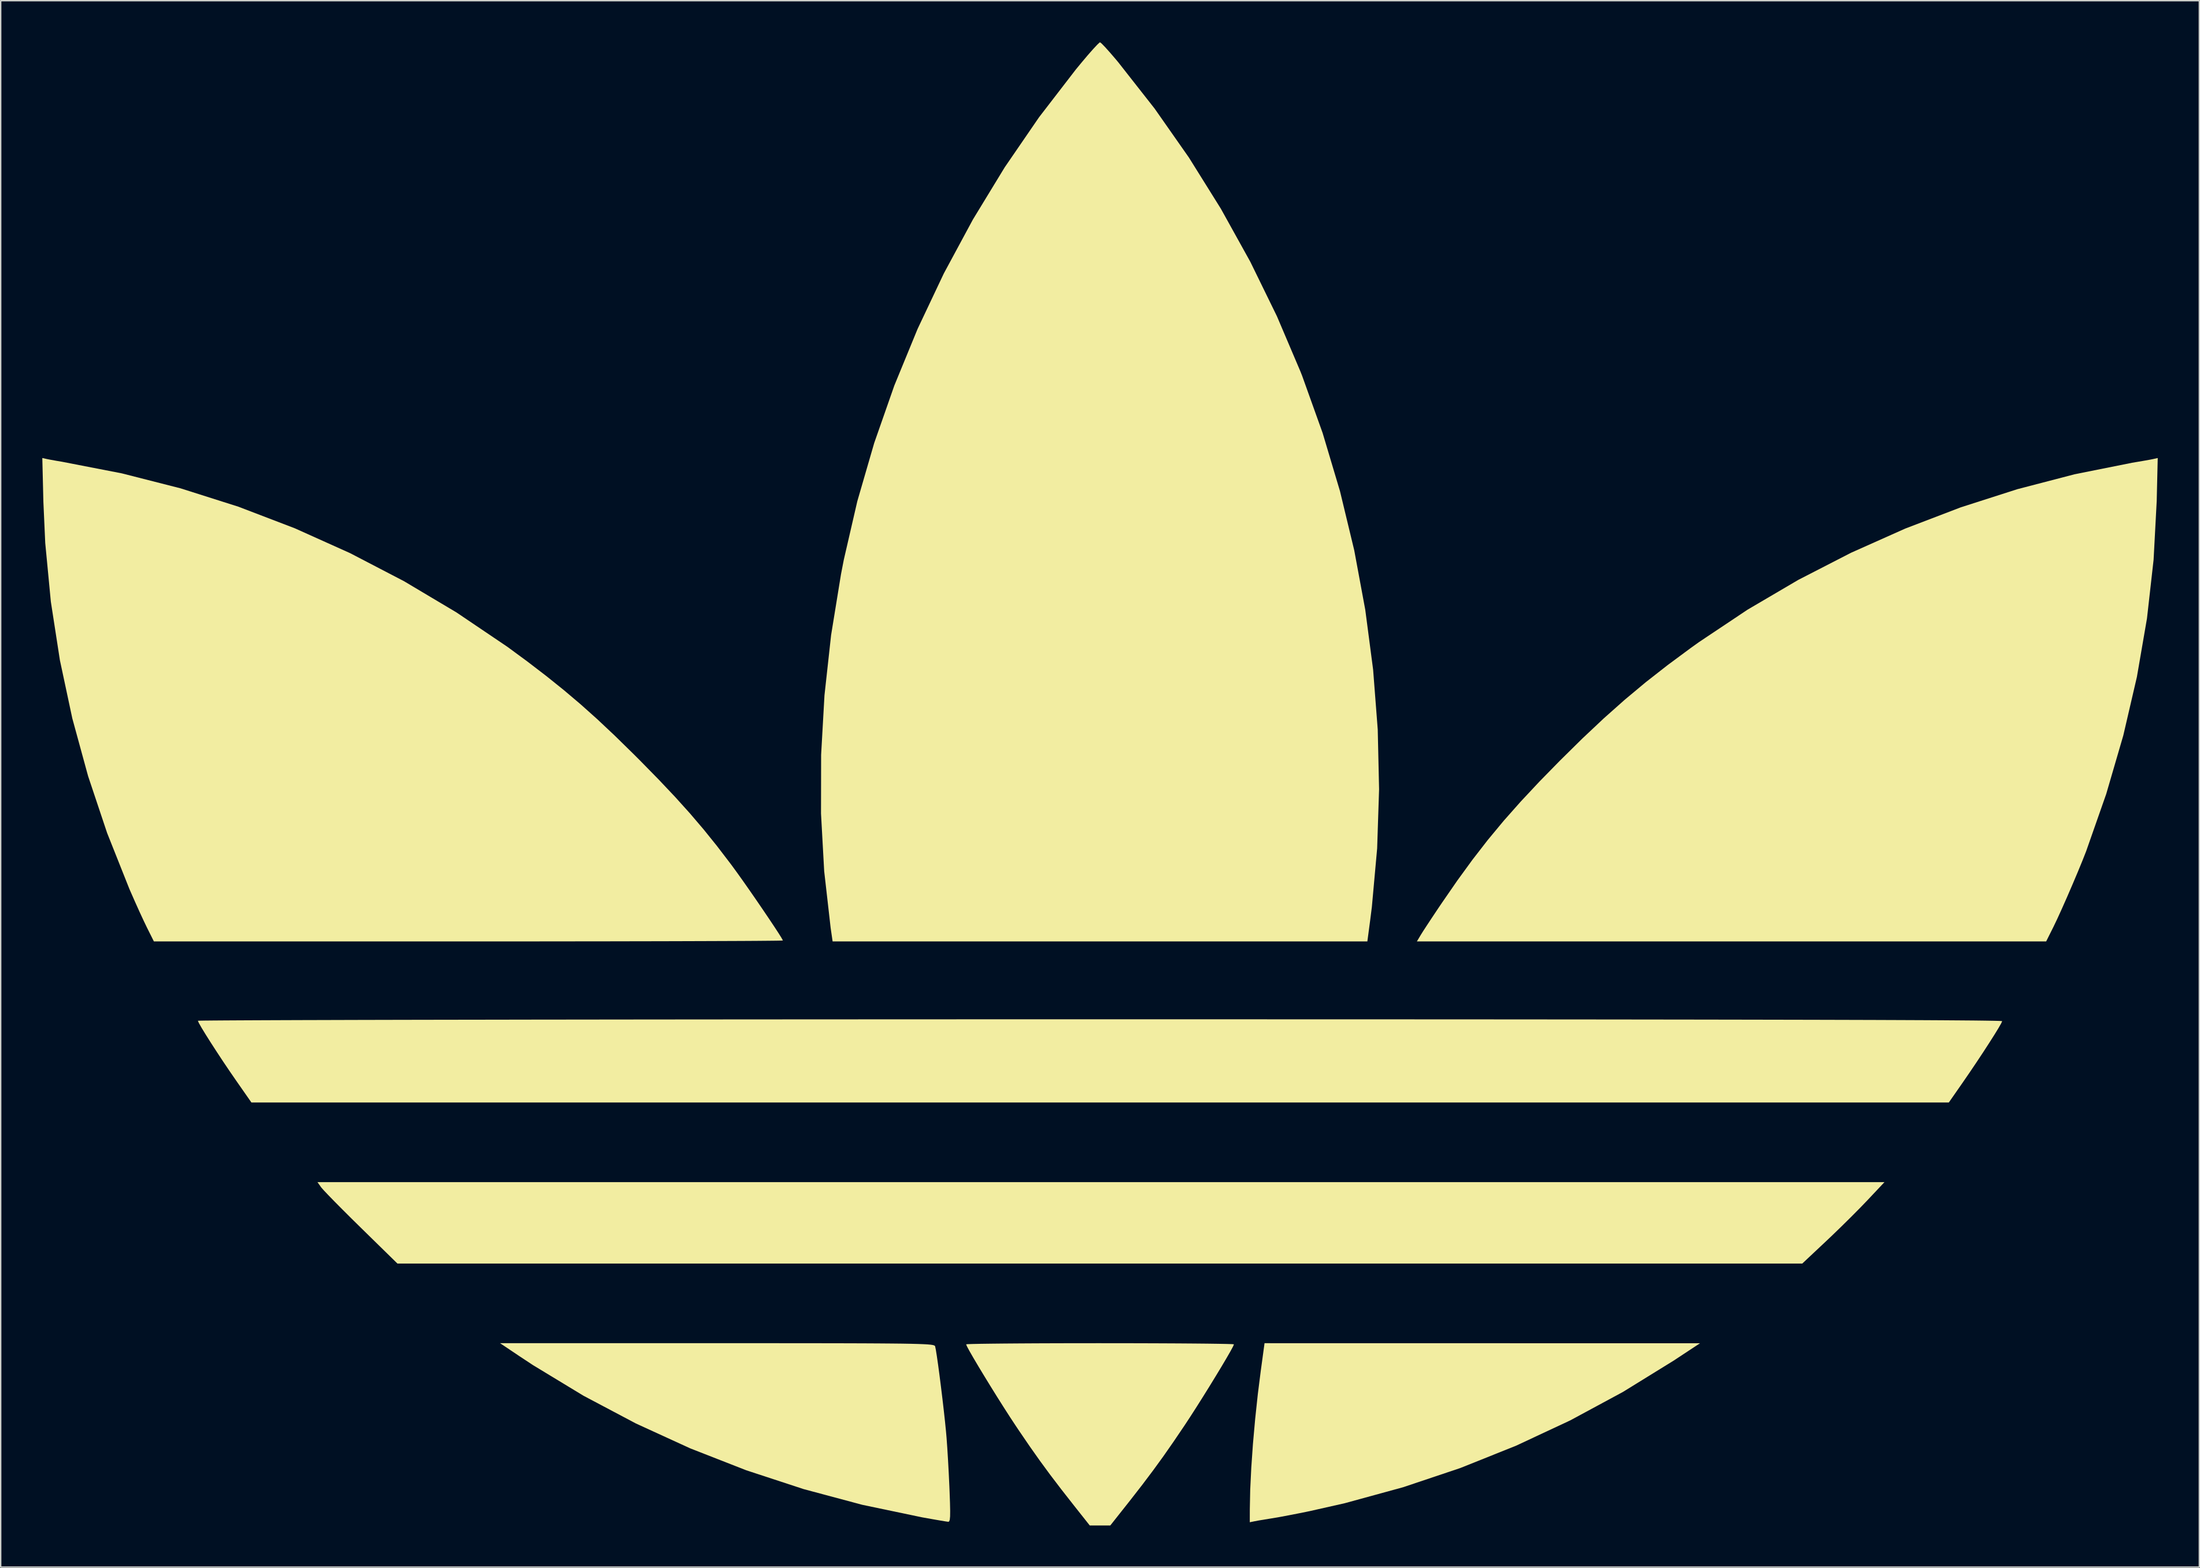
<source format=kicad_pcb>
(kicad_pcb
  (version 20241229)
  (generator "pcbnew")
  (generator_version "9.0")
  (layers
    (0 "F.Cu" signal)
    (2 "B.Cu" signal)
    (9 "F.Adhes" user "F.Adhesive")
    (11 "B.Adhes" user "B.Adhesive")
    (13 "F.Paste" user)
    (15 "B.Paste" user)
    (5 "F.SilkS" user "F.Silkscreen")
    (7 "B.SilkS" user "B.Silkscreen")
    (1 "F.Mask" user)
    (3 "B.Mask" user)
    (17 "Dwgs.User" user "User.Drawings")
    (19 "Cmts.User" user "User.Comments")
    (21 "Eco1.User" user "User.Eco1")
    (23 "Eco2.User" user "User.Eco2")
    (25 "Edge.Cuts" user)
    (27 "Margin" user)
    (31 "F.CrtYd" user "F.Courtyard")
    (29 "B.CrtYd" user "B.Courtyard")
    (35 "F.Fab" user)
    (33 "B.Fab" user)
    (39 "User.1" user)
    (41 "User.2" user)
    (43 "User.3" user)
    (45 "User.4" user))
  (footprint "Adidas_Logo"
    (layer "F.Cu")
    (at 76.238 53.48)
    (property "Reference" "Adidas_Logo" (at 0 0 0) (layer "F.SilkS") (effects (font (size 1.524 1.524) (thickness 0.3))))
    (attr board_only exclude_from_pos_files exclude_from_bom)
    (fp_poly (pts (xy 55.311 30.027) (xy 54.785 30.573) (xy 54.136 31.228) (xy 53.429 31.926) (xy 52.728 32.604) (xy 52.349 32.963) (xy 50.617 34.59) (xy -50.642 34.59) (xy -53.262 32.023) (xy -53.949 31.347) (xy -54.587 30.711) (xy -55.151 30.142) (xy -55.613 29.667) (xy -55.948 29.313) (xy -56.131 29.105) (xy -56.144 29.088) (xy -56.405 28.719) (xy 56.541 28.719)) (stroke (width 0) (type solid)) (fill yes) (layer "F.SilkS"))
    (fp_poly (pts (xy 43.243 40.339) (xy 41.339 41.595) (xy 37.688 43.85) (xy 33.898 45.897) (xy 29.982 47.729) (xy 25.957 49.34) (xy 21.837 50.723) (xy 17.637 51.874) (xy 15.108 52.445) (xy 14.365 52.596) (xy 13.627 52.74) (xy 12.968 52.864) (xy 12.465 52.951) (xy 12.377 52.965) (xy 11.875 53.046) (xy 11.427 53.121) (xy 11.144 53.174) (xy 10.795 53.245) (xy 10.797 52.31) (xy 10.825 50.909) (xy 10.902 49.318) (xy 11.022 47.596) (xy 11.182 45.802) (xy 11.375 43.995) (xy 11.584 42.344) (xy 11.858 40.334)) (stroke (width 0) (type solid)) (fill yes) (layer "F.SilkS"))
    (fp_poly (pts (xy 0.119 -53.387) (xy 0.367 -53.131) (xy 0.712 -52.747) (xy 1.123 -52.269) (xy 1.311 -52.044) (xy 3.934 -48.701) (xy 6.406 -45.17) (xy 8.71 -41.478) (xy 10.831 -37.654) (xy 12.75 -33.726) (xy 14.453 -29.722) (xy 14.571 -29.421) (xy 16.046 -25.302) (xy 17.297 -21.106) (xy 18.322 -16.851) (xy 19.118 -12.555) (xy 19.684 -8.238) (xy 20.017 -3.918) (xy 20.114 0.387) (xy 19.974 4.658) (xy 19.593 8.877) (xy 19.477 9.796) (xy 19.269 11.36) (xy -19.275 11.36) (xy -19.418 10.371) (xy -19.882 6.295) (xy -20.111 2.136) (xy -20.103 -2.095) (xy -19.861 -6.389) (xy -19.383 -10.734) (xy -18.67 -15.121) (xy -18.468 -16.163) (xy -17.494 -20.385) (xy -16.277 -24.581) (xy -14.825 -28.731) (xy -13.148 -32.815) (xy -11.258 -36.812) (xy -9.162 -40.701) (xy -6.871 -44.463) (xy -4.395 -48.075) (xy -1.744 -51.519) (xy -1.311 -52.044) (xy -0.882 -52.552) (xy -0.505 -52.98) (xy -0.211 -53.296) (xy -0.033 -53.463) (xy 0 -53.48)) (stroke (width 0) (type solid)) (fill yes) (layer "F.SilkS"))
    (fp_poly (pts (xy 76.164 -20.397) (xy 75.939 -16.164) (xy 75.463 -11.938) (xy 74.736 -7.716) (xy 73.756 -3.494) (xy 72.524 0.73) (xy 71.08 4.85) (xy 70.814 5.527) (xy 70.479 6.342) (xy 70.102 7.234) (xy 69.711 8.14) (xy 69.331 8.999) (xy 68.99 9.747) (xy 68.714 10.324) (xy 68.702 10.348) (xy 68.196 11.36) (xy 22.839 11.36) (xy 23.125 10.881) (xy 23.293 10.613) (xy 23.573 10.183) (xy 23.934 9.636) (xy 24.343 9.022) (xy 24.617 8.616) (xy 25.754 6.968) (xy 26.852 5.459) (xy 27.951 4.041) (xy 29.093 2.664) (xy 30.318 1.28) (xy 31.666 -0.161) (xy 33.139 -1.667) (xy 34.776 -3.282) (xy 36.318 -4.733) (xy 37.819 -6.067) (xy 39.332 -7.33) (xy 40.91 -8.565) (xy 42.605 -9.82) (xy 43.18 -10.231) (xy 46.678 -12.567) (xy 50.336 -14.715) (xy 54.131 -16.667) (xy 58.041 -18.413) (xy 62.044 -19.945) (xy 66.117 -21.252) (xy 70.238 -22.326) (xy 74.385 -23.158) (xy 74.803 -23.228) (xy 75.283 -23.31) (xy 75.701 -23.385) (xy 75.933 -23.432) (xy 76.237 -23.5)) (stroke (width 0) (type solid)) (fill yes) (layer "F.SilkS"))
    (fp_poly (pts (xy -25.277 40.334) (xy -23.197 40.334) (xy -21.345 40.336) (xy -19.707 40.337) (xy -18.27 40.34) (xy -17.021 40.344) (xy -15.946 40.35) (xy -15.034 40.357) (xy -14.269 40.365) (xy -13.64 40.376) (xy -13.133 40.389) (xy -12.735 40.404) (xy -12.432 40.421) (xy -12.211 40.441) (xy -12.06 40.464) (xy -11.964 40.49) (xy -11.912 40.52) (xy -11.888 40.552) (xy -11.887 40.557) (xy -11.835 40.805) (xy -11.762 41.262) (xy -11.672 41.886) (xy -11.572 42.633) (xy -11.467 43.459) (xy -11.362 44.319) (xy -11.263 45.171) (xy -11.175 45.97) (xy -11.104 46.674) (xy -11.061 47.162) (xy -11.009 47.896) (xy -10.954 48.789) (xy -10.902 49.748) (xy -10.858 50.678) (xy -10.844 51.023) (xy -10.815 51.836) (xy -10.802 52.426) (xy -10.807 52.826) (xy -10.831 53.069) (xy -10.875 53.187) (xy -10.935 53.213) (xy -11.12 53.187) (xy -11.504 53.124) (xy -12.034 53.032) (xy -12.659 52.921) (xy -12.827 52.891) (xy -17.137 51.988) (xy -21.366 50.855) (xy -25.503 49.497) (xy -29.535 47.919) (xy -33.448 46.126) (xy -37.231 44.123) (xy -40.869 41.916) (xy -41.845 41.272) (xy -43.242 40.334) (xy -27.598 40.334)) (stroke (width 0) (type solid)) (fill yes) (layer "F.SilkS"))
    (fp_poly (pts (xy 1.541 40.335) (xy 3.006 40.338) (xy 4.375 40.343) (xy 5.629 40.349) (xy 6.749 40.357) (xy 7.715 40.366) (xy 8.508 40.377) (xy 9.108 40.388) (xy 9.495 40.4) (xy 9.65 40.413) (xy 9.652 40.415) (xy 9.587 40.572) (xy 9.404 40.912) (xy 9.123 41.401) (xy 8.765 42.006) (xy 8.348 42.696) (xy 7.894 43.437) (xy 7.421 44.197) (xy 6.951 44.942) (xy 6.501 45.642) (xy 6.094 46.262) (xy 6.089 46.269) (xy 5.299 47.437) (xy 4.565 48.49) (xy 3.834 49.497) (xy 3.055 50.532) (xy 2.175 51.664) (xy 1.875 52.044) (xy 0.739 53.48) (xy -0.739 53.48) (xy -1.875 52.044) (xy -2.796 50.868) (xy -3.601 49.811) (xy -4.341 48.802) (xy -5.069 47.771) (xy -5.836 46.647) (xy -6.089 46.269) (xy -6.496 45.65) (xy -6.945 44.951) (xy -7.416 44.206) (xy -7.888 43.446) (xy -8.343 42.704) (xy -8.76 42.014) (xy -9.119 41.407) (xy -9.401 40.917) (xy -9.585 40.575) (xy -9.652 40.416) (xy -9.652 40.415) (xy -9.528 40.402) (xy -9.17 40.39) (xy -8.597 40.378) (xy -7.828 40.368) (xy -6.883 40.358) (xy -5.782 40.35) (xy -4.544 40.343) (xy -3.188 40.338) (xy -1.735 40.335) (xy -0.203 40.334) (xy 0 40.334)) (stroke (width 0) (type solid)) (fill yes) (layer "F.SilkS"))
    (fp_poly (pts (xy -75.933 -23.432) (xy -75.649 -23.376) (xy -75.215 -23.298) (xy -74.803 -23.228) (xy -70.505 -22.393) (xy -66.272 -21.313) (xy -62.113 -19.992) (xy -58.037 -18.432) (xy -54.051 -16.639) (xy -50.164 -14.615) (xy -46.385 -12.364) (xy -42.723 -9.89) (xy -41.297 -8.842) (xy -39.919 -7.785) (xy -38.65 -6.766) (xy -37.438 -5.739) (xy -36.234 -4.662) (xy -34.988 -3.49) (xy -33.65 -2.179) (xy -33.139 -1.669) (xy -31.805 -0.307) (xy -30.626 0.941) (xy -29.563 2.121) (xy -28.575 3.28) (xy -27.62 4.465) (xy -26.659 5.722) (xy -26.505 5.928) (xy -26.144 6.424) (xy -25.721 7.017) (xy -25.26 7.675) (xy -24.784 8.363) (xy -24.315 9.049) (xy -23.875 9.7) (xy -23.487 10.281) (xy -23.174 10.761) (xy -22.959 11.105) (xy -22.863 11.281) (xy -22.86 11.293) (xy -22.985 11.3) (xy -23.351 11.307) (xy -23.946 11.313) (xy -24.756 11.32) (xy -25.77 11.326) (xy -26.974 11.331) (xy -28.355 11.336) (xy -29.902 11.341) (xy -31.601 11.346) (xy -33.439 11.349) (xy -35.404 11.353) (xy -37.483 11.355) (xy -39.663 11.358) (xy -41.932 11.359) (xy -44.276 11.36) (xy -45.528 11.36) (xy -68.196 11.36) (xy -68.691 10.371) (xy -68.926 9.882) (xy -69.226 9.235) (xy -69.555 8.504) (xy -69.88 7.765) (xy -69.96 7.582) (xy -71.566 3.543) (xy -72.939 -0.564) (xy -74.076 -4.724) (xy -74.971 -8.922) (xy -75.623 -13.142) (xy -76.027 -17.369) (xy -76.161 -20.334) (xy -76.238 -23.5)) (stroke (width 0) (type solid)) (fill yes) (layer "F.SilkS"))
    (fp_poly (pts (xy 5.409 16.976) (xy 10.567 16.977) (xy 15.475 16.978) (xy 20.137 16.979) (xy 24.553 16.981) (xy 28.727 16.983) (xy 32.66 16.986) (xy 36.356 16.989) (xy 39.816 16.993) (xy 43.043 16.997) (xy 46.038 17.002) (xy 48.805 17.007) (xy 51.345 17.012) (xy 53.662 17.018) (xy 55.756 17.024) (xy 57.631 17.031) (xy 59.288 17.038) (xy 60.73 17.046) (xy 61.96 17.055) (xy 62.979 17.063) (xy 63.791 17.073) (xy 64.396 17.083) (xy 64.798 17.093) (xy 64.998 17.104) (xy 65.024 17.11) (xy 64.955 17.269) (xy 64.762 17.606) (xy 64.466 18.089) (xy 64.087 18.686) (xy 63.646 19.366) (xy 63.163 20.095) (xy 62.659 20.842) (xy 62.155 21.575) (xy 62.136 21.603) (xy 61.18 22.975) (xy -61.167 22.975) (xy -62.258 21.411) (xy -62.729 20.727) (xy -63.208 20.016) (xy -63.672 19.311) (xy -64.101 18.648) (xy -64.472 18.06) (xy -64.764 17.581) (xy -64.955 17.244) (xy -65.024 17.083) (xy -65.024 17.083) (xy -64.898 17.076) (xy -64.526 17.069) (xy -63.915 17.063) (xy -63.072 17.057) (xy -62.006 17.051) (xy -60.723 17.045) (xy -59.231 17.039) (xy -57.537 17.033) (xy -55.65 17.028) (xy -53.576 17.022) (xy -51.324 17.017) (xy -48.9 17.012) (xy -46.312 17.008) (xy -43.569 17.004) (xy -40.676 16.999) (xy -37.642 16.996) (xy -34.474 16.992) (xy -31.18 16.989) (xy -27.767 16.986) (xy -24.243 16.984) (xy -20.615 16.981) (xy -16.891 16.98) (xy -13.079 16.978) (xy -9.185 16.977) (xy -5.217 16.976) (xy -1.184 16.976) (xy 0 16.976)) (stroke (width 0) (type solid)) (fill yes) (layer "F.SilkS")))
  (gr_rect
    (start -3 -3)
    (end 155.475 109.961)
    (stroke (width 0.1) (type default))
    (fill no)
    (layer "Edge.Cuts")))
</source>
